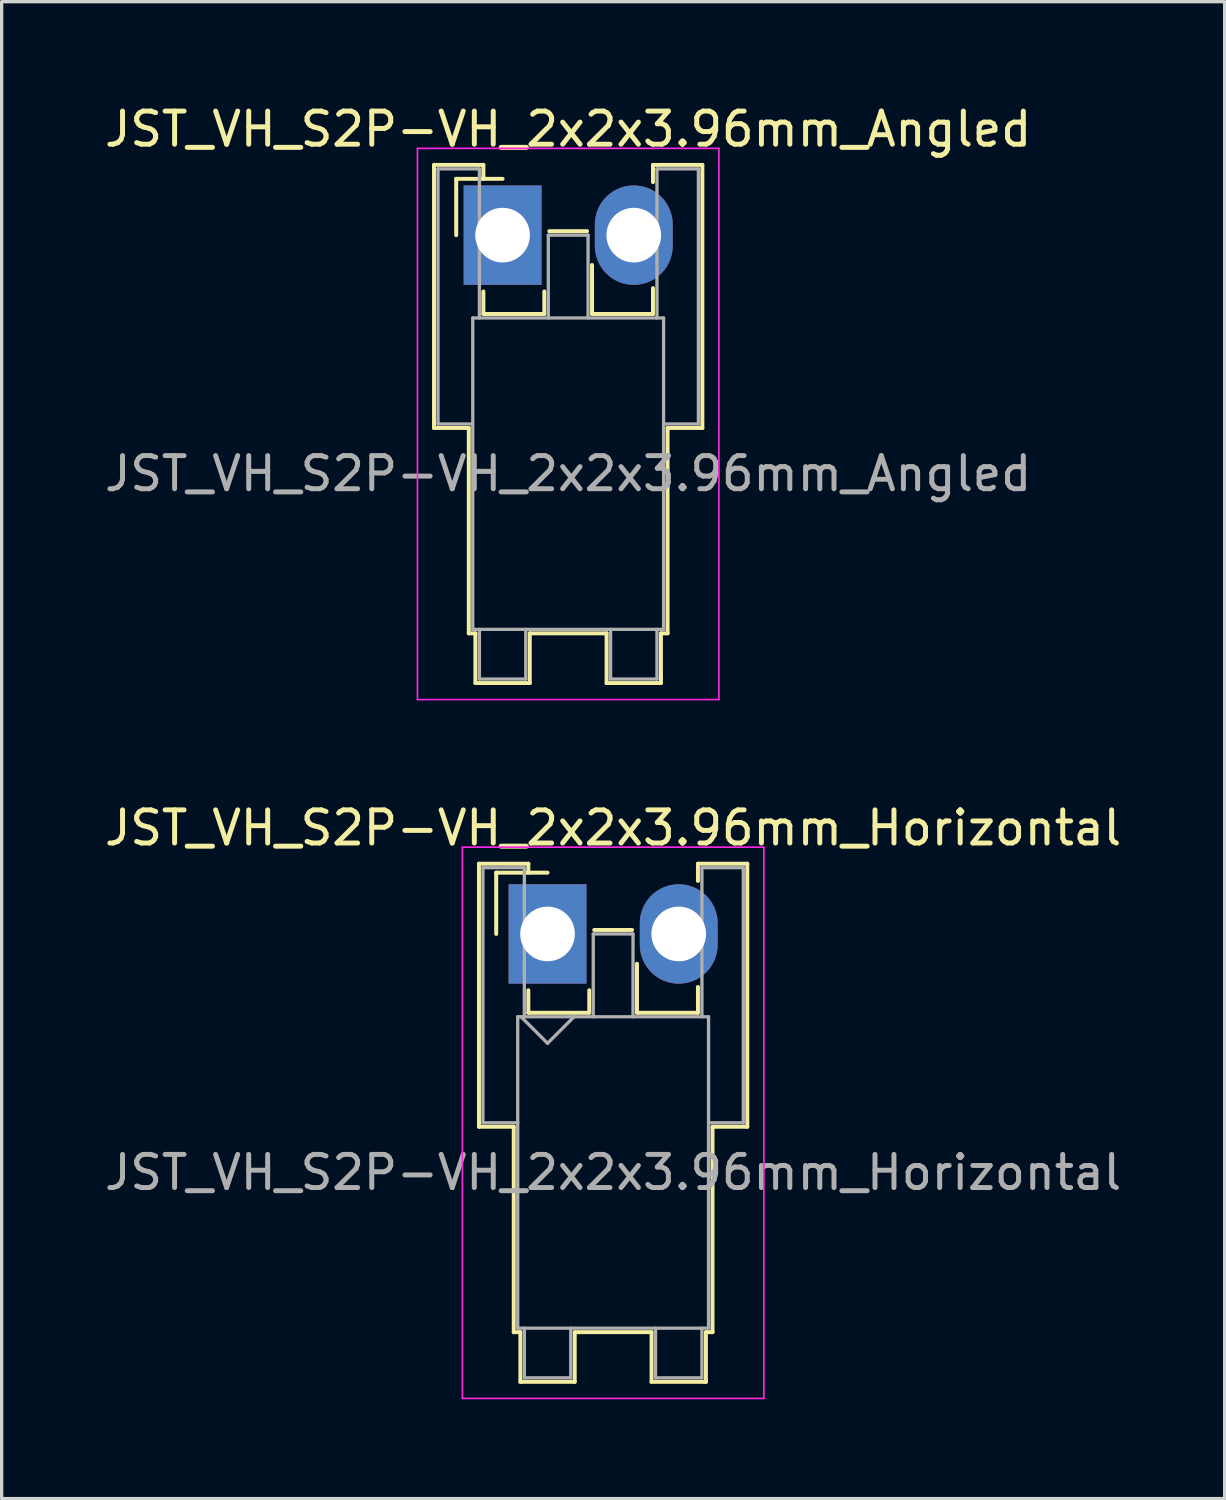
<source format=kicad_pcb>
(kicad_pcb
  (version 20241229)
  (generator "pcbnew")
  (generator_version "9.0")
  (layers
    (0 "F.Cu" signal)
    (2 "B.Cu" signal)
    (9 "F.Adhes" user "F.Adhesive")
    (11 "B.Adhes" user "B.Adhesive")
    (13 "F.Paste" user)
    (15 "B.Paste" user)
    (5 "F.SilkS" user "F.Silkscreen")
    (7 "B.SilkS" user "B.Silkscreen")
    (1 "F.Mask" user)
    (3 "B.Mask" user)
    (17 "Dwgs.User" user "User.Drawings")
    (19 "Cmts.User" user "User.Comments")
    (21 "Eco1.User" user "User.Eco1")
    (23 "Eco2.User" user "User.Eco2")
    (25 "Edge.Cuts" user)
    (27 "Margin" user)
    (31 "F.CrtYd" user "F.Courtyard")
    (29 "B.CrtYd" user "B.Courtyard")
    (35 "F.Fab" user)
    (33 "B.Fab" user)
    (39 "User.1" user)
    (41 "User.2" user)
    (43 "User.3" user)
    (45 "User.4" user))
  (footprint "JST_VH_S2P-VH_2x2x3.96mm_Angled"
    (layer "F.Cu")
    (at 12.121 4.048)
    (property "Reference" "JST_VH_S2P-VH_2x2x3.96mm_Angled" (at 1.98 -3.2 0) (layer "F.SilkS") (effects (font (size 1 1) (thickness 0.15))))
    (attr through_hole)
    (fp_line (start -2.07 -2.12) (end -0.58 -2.12) (stroke (width 0.12) (type solid)) (layer "F.SilkS"))
    (fp_line (start -2.07 5.82) (end -2.07 -2.12) (stroke (width 0.12) (type solid)) (layer "F.SilkS"))
    (fp_line (start -1.4 -1.7) (end -1.4 0) (stroke (width 0.12) (type solid)) (layer "F.SilkS"))
    (fp_line (start -1.02 5.82) (end -2.07 5.82) (stroke (width 0.12) (type solid)) (layer "F.SilkS"))
    (fp_line (start -1.02 5.82) (end -1.02 12.02) (stroke (width 0.12) (type solid)) (layer "F.SilkS"))
    (fp_line (start -1.02 12.02) (end -0.82 12.02) (stroke (width 0.12) (type solid)) (layer "F.SilkS"))
    (fp_line (start -0.82 12.02) (end -0.82 13.52) (stroke (width 0.12) (type solid)) (layer "F.SilkS"))
    (fp_line (start -0.82 13.52) (end 0.82 13.52) (stroke (width 0.12) (type solid)) (layer "F.SilkS"))
    (fp_line (start -0.58 -2.12) (end -0.58 -1.7) (stroke (width 0.12) (type solid)) (layer "F.SilkS"))
    (fp_line (start -0.58 1.7) (end -0.58 2.38) (stroke (width 0.12) (type solid)) (layer "F.SilkS"))
    (fp_line (start -0.58 2.38) (end 1.26 2.38) (stroke (width 0.12) (type solid)) (layer "F.SilkS"))
    (fp_line (start 0 -1.7) (end -1.4 -1.7) (stroke (width 0.12) (type solid)) (layer "F.SilkS"))
    (fp_line (start 0.82 12.02) (end 3.14 12.02) (stroke (width 0.12) (type solid)) (layer "F.SilkS"))
    (fp_line (start 0.82 13.52) (end 0.82 12.02) (stroke (width 0.12) (type solid)) (layer "F.SilkS"))
    (fp_line (start 1.26 2.38) (end 1.26 1.7) (stroke (width 0.12) (type solid)) (layer "F.SilkS"))
    (fp_line (start 1.41 -0.12) (end 2.55 -0.12) (stroke (width 0.12) (type solid)) (layer "F.SilkS"))
    (fp_line (start 2.7 0.9) (end 2.7 2.38) (stroke (width 0.12) (type solid)) (layer "F.SilkS"))
    (fp_line (start 2.7 2.38) (end 4.54 2.38) (stroke (width 0.12) (type solid)) (layer "F.SilkS"))
    (fp_line (start 3.14 12.02) (end 3.14 13.52) (stroke (width 0.12) (type solid)) (layer "F.SilkS"))
    (fp_line (start 3.14 13.52) (end 4.78 13.52) (stroke (width 0.12) (type solid)) (layer "F.SilkS"))
    (fp_line (start 4.54 -2.12) (end 6.03 -2.12) (stroke (width 0.12) (type solid)) (layer "F.SilkS"))
    (fp_line (start 4.54 -1.6) (end 4.54 -2.12) (stroke (width 0.12) (type solid)) (layer "F.SilkS"))
    (fp_line (start 4.54 2.38) (end 4.54 1.6) (stroke (width 0.12) (type solid)) (layer "F.SilkS"))
    (fp_line (start 4.78 12.02) (end 4.98 12.02) (stroke (width 0.12) (type solid)) (layer "F.SilkS"))
    (fp_line (start 4.78 13.52) (end 4.78 12.02) (stroke (width 0.12) (type solid)) (layer "F.SilkS"))
    (fp_line (start 4.98 12.02) (end 4.98 5.82) (stroke (width 0.12) (type solid)) (layer "F.SilkS"))
    (fp_line (start 6.03 -2.12) (end 6.03 5.82) (stroke (width 0.12) (type solid)) (layer "F.SilkS"))
    (fp_line (start 6.03 5.82) (end 4.98 5.82) (stroke (width 0.12) (type solid)) (layer "F.SilkS"))
    (fp_line (start -2.57 -2.62) (end -2.57 14.02) (stroke (width 0.05) (type solid)) (layer "F.CrtYd"))
    (fp_line (start -2.57 14.02) (end 6.53 14.02) (stroke (width 0.05) (type solid)) (layer "F.CrtYd"))
    (fp_line (start 6.53 -2.62) (end -2.57 -2.62) (stroke (width 0.05) (type solid)) (layer "F.CrtYd"))
    (fp_line (start 6.53 14.02) (end 6.53 -2.62) (stroke (width 0.05) (type solid)) (layer "F.CrtYd"))
    (fp_line (start -1.95 -2) (end -0.7 -2) (stroke (width 0.1) (type solid)) (layer "F.Fab"))
    (fp_line (start -1.95 5.7) (end -1.95 -2) (stroke (width 0.1) (type solid)) (layer "F.Fab"))
    (fp_line (start -0.9 2.5) (end -0.9 11.9) (stroke (width 0.1) (type solid)) (layer "F.Fab"))
    (fp_line (start -0.9 5.7) (end -1.95 5.7) (stroke (width 0.1) (type solid)) (layer "F.Fab"))
    (fp_line (start -0.9 11.9) (end 4.86 11.9) (stroke (width 0.1) (type solid)) (layer "F.Fab"))
    (fp_line (start -0.7 -2) (end -0.7 2.5) (stroke (width 0.1) (type solid)) (layer "F.Fab"))
    (fp_line (start -0.7 11.9) (end -0.7 13.4) (stroke (width 0.1) (type solid)) (layer "F.Fab"))
    (fp_line (start -0.7 13.4) (end 0.7 13.4) (stroke (width 0.1) (type solid)) (layer "F.Fab"))
    (fp_line (start 0.7 13.4) (end 0.7 11.9) (stroke (width 0.1) (type solid)) (layer "F.Fab"))
    (fp_line (start 1.38 0) (end 2.58 0) (stroke (width 0.1) (type solid)) (layer "F.Fab"))
    (fp_line (start 1.38 2.5) (end 1.38 0) (stroke (width 0.1) (type solid)) (layer "F.Fab"))
    (fp_line (start 2.58 0) (end 2.58 2.5) (stroke (width 0.1) (type solid)) (layer "F.Fab"))
    (fp_line (start 3.26 11.9) (end 3.26 13.4) (stroke (width 0.1) (type solid)) (layer "F.Fab"))
    (fp_line (start 3.26 13.4) (end 4.66 13.4) (stroke (width 0.1) (type solid)) (layer "F.Fab"))
    (fp_line (start 4.66 -2) (end 5.91 -2) (stroke (width 0.1) (type solid)) (layer "F.Fab"))
    (fp_line (start 4.66 2.5) (end 4.66 -2) (stroke (width 0.1) (type solid)) (layer "F.Fab"))
    (fp_line (start 4.66 13.4) (end 4.66 11.9) (stroke (width 0.1) (type solid)) (layer "F.Fab"))
    (fp_line (start 4.86 2.5) (end -0.9 2.5) (stroke (width 0.1) (type solid)) (layer "F.Fab"))
    (fp_line (start 4.86 11.9) (end 4.86 2.5) (stroke (width 0.1) (type solid)) (layer "F.Fab"))
    (fp_line (start 5.91 -2) (end 5.91 5.7) (stroke (width 0.1) (type solid)) (layer "F.Fab"))
    (fp_line (start 5.91 5.7) (end 4.86 5.7) (stroke (width 0.1) (type solid)) (layer "F.Fab"))
    (fp_text user "${REFERENCE}" (at 1.98 7.2 0) (layer "F.Fab") (effects (font (size 1 1) (thickness 0.15))))
    (pad "1" thru_hole rect (at 0 0) (size 2.35 3) (drill 1.65) (layers "*.Cu" "*.Mask"))
    (pad "2" thru_hole oval (at 3.96 0) (size 2.35 3) (drill 1.65) (layers "*.Cu" "*.Mask")))
  (footprint "JST_VH_S2P-VH_2x2x3.96mm_Horizontal"
    (layer "F.Cu")
    (at 13.478 25.142)
    (property "Reference" "JST_VH_S2P-VH_2x2x3.96mm_Horizontal" (at 1.98 -3.2 0) (layer "F.SilkS") (effects (font (size 1 1) (thickness 0.15))))
    (attr through_hole)
    (fp_line (start -2.07 -2.12) (end -0.58 -2.12) (stroke (width 0.12) (type solid)) (layer "F.SilkS"))
    (fp_line (start -2.07 5.82) (end -2.07 -2.12) (stroke (width 0.12) (type solid)) (layer "F.SilkS"))
    (fp_line (start -1.55 -1.85) (end -1.55 0) (stroke (width 0.12) (type solid)) (layer "F.SilkS"))
    (fp_line (start -1.02 5.82) (end -2.07 5.82) (stroke (width 0.12) (type solid)) (layer "F.SilkS"))
    (fp_line (start -1.02 5.82) (end -1.02 12.02) (stroke (width 0.12) (type solid)) (layer "F.SilkS"))
    (fp_line (start -1.02 12.02) (end -0.82 12.02) (stroke (width 0.12) (type solid)) (layer "F.SilkS"))
    (fp_line (start -0.82 12.02) (end -0.82 13.52) (stroke (width 0.12) (type solid)) (layer "F.SilkS"))
    (fp_line (start -0.82 13.52) (end 0.82 13.52) (stroke (width 0.12) (type solid)) (layer "F.SilkS"))
    (fp_line (start -0.58 -2.12) (end -0.58 -1.85) (stroke (width 0.12) (type solid)) (layer "F.SilkS"))
    (fp_line (start -0.58 1.7) (end -0.58 2.38) (stroke (width 0.12) (type solid)) (layer "F.SilkS"))
    (fp_line (start -0.58 2.38) (end 1.26 2.38) (stroke (width 0.12) (type solid)) (layer "F.SilkS"))
    (fp_line (start 0 -1.85) (end -1.55 -1.85) (stroke (width 0.12) (type solid)) (layer "F.SilkS"))
    (fp_line (start 0.82 12.02) (end 3.14 12.02) (stroke (width 0.12) (type solid)) (layer "F.SilkS"))
    (fp_line (start 0.82 13.52) (end 0.82 12.02) (stroke (width 0.12) (type solid)) (layer "F.SilkS"))
    (fp_line (start 1.26 2.38) (end 1.26 1.7) (stroke (width 0.12) (type solid)) (layer "F.SilkS"))
    (fp_line (start 1.41 -0.12) (end 2.55 -0.12) (stroke (width 0.12) (type solid)) (layer "F.SilkS"))
    (fp_line (start 2.7 0.9) (end 2.7 2.38) (stroke (width 0.12) (type solid)) (layer "F.SilkS"))
    (fp_line (start 2.7 2.38) (end 4.54 2.38) (stroke (width 0.12) (type solid)) (layer "F.SilkS"))
    (fp_line (start 3.14 12.02) (end 3.14 13.52) (stroke (width 0.12) (type solid)) (layer "F.SilkS"))
    (fp_line (start 3.14 13.52) (end 4.78 13.52) (stroke (width 0.12) (type solid)) (layer "F.SilkS"))
    (fp_line (start 4.54 -2.12) (end 6.03 -2.12) (stroke (width 0.12) (type solid)) (layer "F.SilkS"))
    (fp_line (start 4.54 -1.6) (end 4.54 -2.12) (stroke (width 0.12) (type solid)) (layer "F.SilkS"))
    (fp_line (start 4.54 2.38) (end 4.54 1.6) (stroke (width 0.12) (type solid)) (layer "F.SilkS"))
    (fp_line (start 4.78 12.02) (end 4.98 12.02) (stroke (width 0.12) (type solid)) (layer "F.SilkS"))
    (fp_line (start 4.78 13.52) (end 4.78 12.02) (stroke (width 0.12) (type solid)) (layer "F.SilkS"))
    (fp_line (start 4.98 12.02) (end 4.98 5.82) (stroke (width 0.12) (type solid)) (layer "F.SilkS"))
    (fp_line (start 6.03 -2.12) (end 6.03 5.82) (stroke (width 0.12) (type solid)) (layer "F.SilkS"))
    (fp_line (start 6.03 5.82) (end 4.98 5.82) (stroke (width 0.12) (type solid)) (layer "F.SilkS"))
    (fp_line (start -2.57 -2.62) (end -2.57 14.02) (stroke (width 0.05) (type solid)) (layer "F.CrtYd"))
    (fp_line (start -2.57 14.02) (end 6.53 14.02) (stroke (width 0.05) (type solid)) (layer "F.CrtYd"))
    (fp_line (start 6.53 -2.62) (end -2.57 -2.62) (stroke (width 0.05) (type solid)) (layer "F.CrtYd"))
    (fp_line (start 6.53 14.02) (end 6.53 -2.62) (stroke (width 0.05) (type solid)) (layer "F.CrtYd"))
    (fp_line (start -1.95 -2) (end -0.7 -2) (stroke (width 0.1) (type solid)) (layer "F.Fab"))
    (fp_line (start -1.95 5.7) (end -1.95 -2) (stroke (width 0.1) (type solid)) (layer "F.Fab"))
    (fp_line (start -0.9 2.5) (end -0.9 11.9) (stroke (width 0.1) (type solid)) (layer "F.Fab"))
    (fp_line (start -0.9 5.7) (end -1.95 5.7) (stroke (width 0.1) (type solid)) (layer "F.Fab"))
    (fp_line (start -0.9 11.9) (end 4.86 11.9) (stroke (width 0.1) (type solid)) (layer "F.Fab"))
    (fp_line (start -0.8 2.5) (end 0 3.3) (stroke (width 0.1) (type solid)) (layer "F.Fab"))
    (fp_line (start -0.7 -2) (end -0.7 2.5) (stroke (width 0.1) (type solid)) (layer "F.Fab"))
    (fp_line (start -0.7 11.9) (end -0.7 13.4) (stroke (width 0.1) (type solid)) (layer "F.Fab"))
    (fp_line (start -0.7 13.4) (end 0.7 13.4) (stroke (width 0.1) (type solid)) (layer "F.Fab"))
    (fp_line (start 0 3.3) (end 0.8 2.5) (stroke (width 0.1) (type solid)) (layer "F.Fab"))
    (fp_line (start 0.7 13.4) (end 0.7 11.9) (stroke (width 0.1) (type solid)) (layer "F.Fab"))
    (fp_line (start 1.38 0) (end 2.58 0) (stroke (width 0.1) (type solid)) (layer "F.Fab"))
    (fp_line (start 1.38 2.5) (end 1.38 0) (stroke (width 0.1) (type solid)) (layer "F.Fab"))
    (fp_line (start 2.58 0) (end 2.58 2.5) (stroke (width 0.1) (type solid)) (layer "F.Fab"))
    (fp_line (start 3.26 11.9) (end 3.26 13.4) (stroke (width 0.1) (type solid)) (layer "F.Fab"))
    (fp_line (start 3.26 13.4) (end 4.66 13.4) (stroke (width 0.1) (type solid)) (layer "F.Fab"))
    (fp_line (start 4.66 -2) (end 5.91 -2) (stroke (width 0.1) (type solid)) (layer "F.Fab"))
    (fp_line (start 4.66 2.5) (end 4.66 -2) (stroke (width 0.1) (type solid)) (layer "F.Fab"))
    (fp_line (start 4.66 13.4) (end 4.66 11.9) (stroke (width 0.1) (type solid)) (layer "F.Fab"))
    (fp_line (start 4.86 2.5) (end -0.9 2.5) (stroke (width 0.1) (type solid)) (layer "F.Fab"))
    (fp_line (start 4.86 11.9) (end 4.86 2.5) (stroke (width 0.1) (type solid)) (layer "F.Fab"))
    (fp_line (start 5.91 -2) (end 5.91 5.7) (stroke (width 0.1) (type solid)) (layer "F.Fab"))
    (fp_line (start 5.91 5.7) (end 4.86 5.7) (stroke (width 0.1) (type solid)) (layer "F.Fab"))
    (fp_text user "${REFERENCE}" (at 1.98 7.2 0) (layer "F.Fab") (effects (font (size 1 1) (thickness 0.15))))
    (pad "1" thru_hole rect (at 0 0) (size 2.35 3) (drill 1.65) (layers "*.Cu" "*.Mask"))
    (pad "2" thru_hole oval (at 3.96 0) (size 2.35 3) (drill 1.65) (layers "*.Cu" "*.Mask")))
  (gr_rect
    (start -3 -3)
    (end 33.917 42.187)
    (stroke (width 0.1) (type default))
    (fill no)
    (layer "Edge.Cuts")))
</source>
